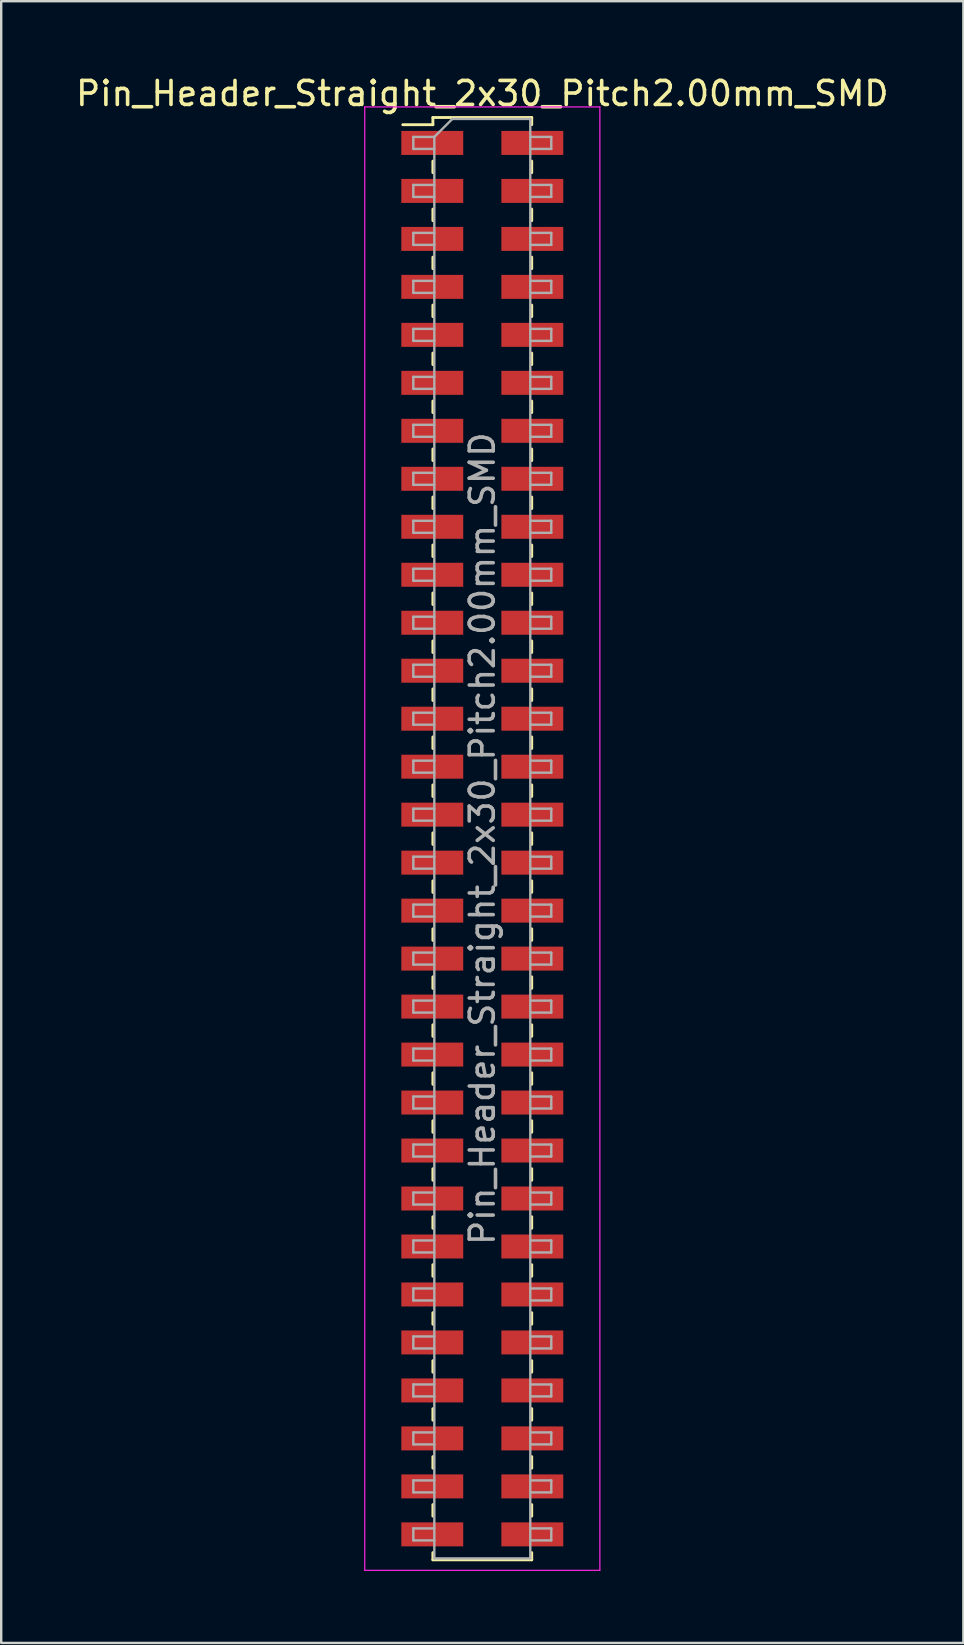
<source format=kicad_pcb>
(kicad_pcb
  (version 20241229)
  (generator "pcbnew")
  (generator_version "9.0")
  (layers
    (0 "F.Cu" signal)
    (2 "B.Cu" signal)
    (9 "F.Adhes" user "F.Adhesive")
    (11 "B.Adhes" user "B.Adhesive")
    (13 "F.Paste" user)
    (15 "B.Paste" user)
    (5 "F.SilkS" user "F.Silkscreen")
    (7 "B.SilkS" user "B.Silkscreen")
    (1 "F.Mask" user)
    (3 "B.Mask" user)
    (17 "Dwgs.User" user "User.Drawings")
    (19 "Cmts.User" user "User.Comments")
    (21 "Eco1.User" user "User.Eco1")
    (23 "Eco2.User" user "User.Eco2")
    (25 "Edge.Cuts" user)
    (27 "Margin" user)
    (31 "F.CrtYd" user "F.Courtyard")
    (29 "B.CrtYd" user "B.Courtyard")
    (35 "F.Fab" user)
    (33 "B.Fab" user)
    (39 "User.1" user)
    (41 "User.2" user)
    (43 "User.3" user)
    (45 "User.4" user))
  (footprint "Pin_Header_Straight_2x30_Pitch2.00mm_SMD"
    (layer "F.Cu")
    (at 17.054 31.908)
    (property "Reference" "Pin_Header_Straight_2x30_Pitch2.00mm_SMD" (at 0 -31.06 0) (layer "F.SilkS") (effects (font (size 1 1) (thickness 0.15))))
    (attr smd)
    (fp_line (start -3.315 -29.76) (end -2.06 -29.76) (stroke (width 0.12) (type solid)) (layer "F.SilkS"))
    (fp_line (start -2.06 -30.06) (end -2.06 -29.76) (stroke (width 0.12) (type solid)) (layer "F.SilkS"))
    (fp_line (start -2.06 -30.06) (end 2.06 -30.06) (stroke (width 0.12) (type solid)) (layer "F.SilkS"))
    (fp_line (start -2.06 -28.24) (end -2.06 -27.76) (stroke (width 0.12) (type solid)) (layer "F.SilkS"))
    (fp_line (start -2.06 -26.24) (end -2.06 -25.76) (stroke (width 0.12) (type solid)) (layer "F.SilkS"))
    (fp_line (start -2.06 -24.24) (end -2.06 -23.76) (stroke (width 0.12) (type solid)) (layer "F.SilkS"))
    (fp_line (start -2.06 -22.24) (end -2.06 -21.76) (stroke (width 0.12) (type solid)) (layer "F.SilkS"))
    (fp_line (start -2.06 -20.24) (end -2.06 -19.76) (stroke (width 0.12) (type solid)) (layer "F.SilkS"))
    (fp_line (start -2.06 -18.24) (end -2.06 -17.76) (stroke (width 0.12) (type solid)) (layer "F.SilkS"))
    (fp_line (start -2.06 -16.24) (end -2.06 -15.76) (stroke (width 0.12) (type solid)) (layer "F.SilkS"))
    (fp_line (start -2.06 -14.24) (end -2.06 -13.76) (stroke (width 0.12) (type solid)) (layer "F.SilkS"))
    (fp_line (start -2.06 -12.24) (end -2.06 -11.76) (stroke (width 0.12) (type solid)) (layer "F.SilkS"))
    (fp_line (start -2.06 -10.24) (end -2.06 -9.76) (stroke (width 0.12) (type solid)) (layer "F.SilkS"))
    (fp_line (start -2.06 -8.24) (end -2.06 -7.76) (stroke (width 0.12) (type solid)) (layer "F.SilkS"))
    (fp_line (start -2.06 -6.24) (end -2.06 -5.76) (stroke (width 0.12) (type solid)) (layer "F.SilkS"))
    (fp_line (start -2.06 -4.24) (end -2.06 -3.76) (stroke (width 0.12) (type solid)) (layer "F.SilkS"))
    (fp_line (start -2.06 -2.24) (end -2.06 -1.76) (stroke (width 0.12) (type solid)) (layer "F.SilkS"))
    (fp_line (start -2.06 -0.24) (end -2.06 0.24) (stroke (width 0.12) (type solid)) (layer "F.SilkS"))
    (fp_line (start -2.06 1.76) (end -2.06 2.24) (stroke (width 0.12) (type solid)) (layer "F.SilkS"))
    (fp_line (start -2.06 3.76) (end -2.06 4.24) (stroke (width 0.12) (type solid)) (layer "F.SilkS"))
    (fp_line (start -2.06 5.76) (end -2.06 6.24) (stroke (width 0.12) (type solid)) (layer "F.SilkS"))
    (fp_line (start -2.06 7.76) (end -2.06 8.24) (stroke (width 0.12) (type solid)) (layer "F.SilkS"))
    (fp_line (start -2.06 9.76) (end -2.06 10.24) (stroke (width 0.12) (type solid)) (layer "F.SilkS"))
    (fp_line (start -2.06 11.76) (end -2.06 12.24) (stroke (width 0.12) (type solid)) (layer "F.SilkS"))
    (fp_line (start -2.06 13.76) (end -2.06 14.24) (stroke (width 0.12) (type solid)) (layer "F.SilkS"))
    (fp_line (start -2.06 15.76) (end -2.06 16.24) (stroke (width 0.12) (type solid)) (layer "F.SilkS"))
    (fp_line (start -2.06 17.76) (end -2.06 18.24) (stroke (width 0.12) (type solid)) (layer "F.SilkS"))
    (fp_line (start -2.06 19.76) (end -2.06 20.24) (stroke (width 0.12) (type solid)) (layer "F.SilkS"))
    (fp_line (start -2.06 21.76) (end -2.06 22.24) (stroke (width 0.12) (type solid)) (layer "F.SilkS"))
    (fp_line (start -2.06 23.76) (end -2.06 24.24) (stroke (width 0.12) (type solid)) (layer "F.SilkS"))
    (fp_line (start -2.06 25.76) (end -2.06 26.24) (stroke (width 0.12) (type solid)) (layer "F.SilkS"))
    (fp_line (start -2.06 27.76) (end -2.06 28.24) (stroke (width 0.12) (type solid)) (layer "F.SilkS"))
    (fp_line (start -2.06 29.76) (end -2.06 30.06) (stroke (width 0.12) (type solid)) (layer "F.SilkS"))
    (fp_line (start -2.06 30.06) (end 2.06 30.06) (stroke (width 0.12) (type solid)) (layer "F.SilkS"))
    (fp_line (start 2.06 -30.06) (end 2.06 -29.76) (stroke (width 0.12) (type solid)) (layer "F.SilkS"))
    (fp_line (start 2.06 -28.24) (end 2.06 -27.76) (stroke (width 0.12) (type solid)) (layer "F.SilkS"))
    (fp_line (start 2.06 -26.24) (end 2.06 -25.76) (stroke (width 0.12) (type solid)) (layer "F.SilkS"))
    (fp_line (start 2.06 -24.24) (end 2.06 -23.76) (stroke (width 0.12) (type solid)) (layer "F.SilkS"))
    (fp_line (start 2.06 -22.24) (end 2.06 -21.76) (stroke (width 0.12) (type solid)) (layer "F.SilkS"))
    (fp_line (start 2.06 -20.24) (end 2.06 -19.76) (stroke (width 0.12) (type solid)) (layer "F.SilkS"))
    (fp_line (start 2.06 -18.24) (end 2.06 -17.76) (stroke (width 0.12) (type solid)) (layer "F.SilkS"))
    (fp_line (start 2.06 -16.24) (end 2.06 -15.76) (stroke (width 0.12) (type solid)) (layer "F.SilkS"))
    (fp_line (start 2.06 -14.24) (end 2.06 -13.76) (stroke (width 0.12) (type solid)) (layer "F.SilkS"))
    (fp_line (start 2.06 -12.24) (end 2.06 -11.76) (stroke (width 0.12) (type solid)) (layer "F.SilkS"))
    (fp_line (start 2.06 -10.24) (end 2.06 -9.76) (stroke (width 0.12) (type solid)) (layer "F.SilkS"))
    (fp_line (start 2.06 -8.24) (end 2.06 -7.76) (stroke (width 0.12) (type solid)) (layer "F.SilkS"))
    (fp_line (start 2.06 -6.24) (end 2.06 -5.76) (stroke (width 0.12) (type solid)) (layer "F.SilkS"))
    (fp_line (start 2.06 -4.24) (end 2.06 -3.76) (stroke (width 0.12) (type solid)) (layer "F.SilkS"))
    (fp_line (start 2.06 -2.24) (end 2.06 -1.76) (stroke (width 0.12) (type solid)) (layer "F.SilkS"))
    (fp_line (start 2.06 -0.24) (end 2.06 0.24) (stroke (width 0.12) (type solid)) (layer "F.SilkS"))
    (fp_line (start 2.06 1.76) (end 2.06 2.24) (stroke (width 0.12) (type solid)) (layer "F.SilkS"))
    (fp_line (start 2.06 3.76) (end 2.06 4.24) (stroke (width 0.12) (type solid)) (layer "F.SilkS"))
    (fp_line (start 2.06 5.76) (end 2.06 6.24) (stroke (width 0.12) (type solid)) (layer "F.SilkS"))
    (fp_line (start 2.06 7.76) (end 2.06 8.24) (stroke (width 0.12) (type solid)) (layer "F.SilkS"))
    (fp_line (start 2.06 9.76) (end 2.06 10.24) (stroke (width 0.12) (type solid)) (layer "F.SilkS"))
    (fp_line (start 2.06 11.76) (end 2.06 12.24) (stroke (width 0.12) (type solid)) (layer "F.SilkS"))
    (fp_line (start 2.06 13.76) (end 2.06 14.24) (stroke (width 0.12) (type solid)) (layer "F.SilkS"))
    (fp_line (start 2.06 15.76) (end 2.06 16.24) (stroke (width 0.12) (type solid)) (layer "F.SilkS"))
    (fp_line (start 2.06 17.76) (end 2.06 18.24) (stroke (width 0.12) (type solid)) (layer "F.SilkS"))
    (fp_line (start 2.06 19.76) (end 2.06 20.24) (stroke (width 0.12) (type solid)) (layer "F.SilkS"))
    (fp_line (start 2.06 21.76) (end 2.06 22.24) (stroke (width 0.12) (type solid)) (layer "F.SilkS"))
    (fp_line (start 2.06 23.76) (end 2.06 24.24) (stroke (width 0.12) (type solid)) (layer "F.SilkS"))
    (fp_line (start 2.06 25.76) (end 2.06 26.24) (stroke (width 0.12) (type solid)) (layer "F.SilkS"))
    (fp_line (start 2.06 27.76) (end 2.06 28.24) (stroke (width 0.12) (type solid)) (layer "F.SilkS"))
    (fp_line (start 2.06 29.76) (end 2.06 30.06) (stroke (width 0.12) (type solid)) (layer "F.SilkS"))
    (fp_line (start -4.9 -30.5) (end -4.9 30.5) (stroke (width 0.05) (type solid)) (layer "F.CrtYd"))
    (fp_line (start -4.9 30.5) (end 4.9 30.5) (stroke (width 0.05) (type solid)) (layer "F.CrtYd"))
    (fp_line (start 4.9 -30.5) (end -4.9 -30.5) (stroke (width 0.05) (type solid)) (layer "F.CrtYd"))
    (fp_line (start 4.9 30.5) (end 4.9 -30.5) (stroke (width 0.05) (type solid)) (layer "F.CrtYd"))
    (fp_line (start -2.875 -29.25) (end -2.875 -28.75) (stroke (width 0.1) (type solid)) (layer "F.Fab"))
    (fp_line (start -2.875 -28.75) (end -2 -28.75) (stroke (width 0.1) (type solid)) (layer "F.Fab"))
    (fp_line (start -2.875 -27.25) (end -2.875 -26.75) (stroke (width 0.1) (type solid)) (layer "F.Fab"))
    (fp_line (start -2.875 -26.75) (end -2 -26.75) (stroke (width 0.1) (type solid)) (layer "F.Fab"))
    (fp_line (start -2.875 -25.25) (end -2.875 -24.75) (stroke (width 0.1) (type solid)) (layer "F.Fab"))
    (fp_line (start -2.875 -24.75) (end -2 -24.75) (stroke (width 0.1) (type solid)) (layer "F.Fab"))
    (fp_line (start -2.875 -23.25) (end -2.875 -22.75) (stroke (width 0.1) (type solid)) (layer "F.Fab"))
    (fp_line (start -2.875 -22.75) (end -2 -22.75) (stroke (width 0.1) (type solid)) (layer "F.Fab"))
    (fp_line (start -2.875 -21.25) (end -2.875 -20.75) (stroke (width 0.1) (type solid)) (layer "F.Fab"))
    (fp_line (start -2.875 -20.75) (end -2 -20.75) (stroke (width 0.1) (type solid)) (layer "F.Fab"))
    (fp_line (start -2.875 -19.25) (end -2.875 -18.75) (stroke (width 0.1) (type solid)) (layer "F.Fab"))
    (fp_line (start -2.875 -18.75) (end -2 -18.75) (stroke (width 0.1) (type solid)) (layer "F.Fab"))
    (fp_line (start -2.875 -17.25) (end -2.875 -16.75) (stroke (width 0.1) (type solid)) (layer "F.Fab"))
    (fp_line (start -2.875 -16.75) (end -2 -16.75) (stroke (width 0.1) (type solid)) (layer "F.Fab"))
    (fp_line (start -2.875 -15.25) (end -2.875 -14.75) (stroke (width 0.1) (type solid)) (layer "F.Fab"))
    (fp_line (start -2.875 -14.75) (end -2 -14.75) (stroke (width 0.1) (type solid)) (layer "F.Fab"))
    (fp_line (start -2.875 -13.25) (end -2.875 -12.75) (stroke (width 0.1) (type solid)) (layer "F.Fab"))
    (fp_line (start -2.875 -12.75) (end -2 -12.75) (stroke (width 0.1) (type solid)) (layer "F.Fab"))
    (fp_line (start -2.875 -11.25) (end -2.875 -10.75) (stroke (width 0.1) (type solid)) (layer "F.Fab"))
    (fp_line (start -2.875 -10.75) (end -2 -10.75) (stroke (width 0.1) (type solid)) (layer "F.Fab"))
    (fp_line (start -2.875 -9.25) (end -2.875 -8.75) (stroke (width 0.1) (type solid)) (layer "F.Fab"))
    (fp_line (start -2.875 -8.75) (end -2 -8.75) (stroke (width 0.1) (type solid)) (layer "F.Fab"))
    (fp_line (start -2.875 -7.25) (end -2.875 -6.75) (stroke (width 0.1) (type solid)) (layer "F.Fab"))
    (fp_line (start -2.875 -6.75) (end -2 -6.75) (stroke (width 0.1) (type solid)) (layer "F.Fab"))
    (fp_line (start -2.875 -5.25) (end -2.875 -4.75) (stroke (width 0.1) (type solid)) (layer "F.Fab"))
    (fp_line (start -2.875 -4.75) (end -2 -4.75) (stroke (width 0.1) (type solid)) (layer "F.Fab"))
    (fp_line (start -2.875 -3.25) (end -2.875 -2.75) (stroke (width 0.1) (type solid)) (layer "F.Fab"))
    (fp_line (start -2.875 -2.75) (end -2 -2.75) (stroke (width 0.1) (type solid)) (layer "F.Fab"))
    (fp_line (start -2.875 -1.25) (end -2.875 -0.75) (stroke (width 0.1) (type solid)) (layer "F.Fab"))
    (fp_line (start -2.875 -0.75) (end -2 -0.75) (stroke (width 0.1) (type solid)) (layer "F.Fab"))
    (fp_line (start -2.875 0.75) (end -2.875 1.25) (stroke (width 0.1) (type solid)) (layer "F.Fab"))
    (fp_line (start -2.875 1.25) (end -2 1.25) (stroke (width 0.1) (type solid)) (layer "F.Fab"))
    (fp_line (start -2.875 2.75) (end -2.875 3.25) (stroke (width 0.1) (type solid)) (layer "F.Fab"))
    (fp_line (start -2.875 3.25) (end -2 3.25) (stroke (width 0.1) (type solid)) (layer "F.Fab"))
    (fp_line (start -2.875 4.75) (end -2.875 5.25) (stroke (width 0.1) (type solid)) (layer "F.Fab"))
    (fp_line (start -2.875 5.25) (end -2 5.25) (stroke (width 0.1) (type solid)) (layer "F.Fab"))
    (fp_line (start -2.875 6.75) (end -2.875 7.25) (stroke (width 0.1) (type solid)) (layer "F.Fab"))
    (fp_line (start -2.875 7.25) (end -2 7.25) (stroke (width 0.1) (type solid)) (layer "F.Fab"))
    (fp_line (start -2.875 8.75) (end -2.875 9.25) (stroke (width 0.1) (type solid)) (layer "F.Fab"))
    (fp_line (start -2.875 9.25) (end -2 9.25) (stroke (width 0.1) (type solid)) (layer "F.Fab"))
    (fp_line (start -2.875 10.75) (end -2.875 11.25) (stroke (width 0.1) (type solid)) (layer "F.Fab"))
    (fp_line (start -2.875 11.25) (end -2 11.25) (stroke (width 0.1) (type solid)) (layer "F.Fab"))
    (fp_line (start -2.875 12.75) (end -2.875 13.25) (stroke (width 0.1) (type solid)) (layer "F.Fab"))
    (fp_line (start -2.875 13.25) (end -2 13.25) (stroke (width 0.1) (type solid)) (layer "F.Fab"))
    (fp_line (start -2.875 14.75) (end -2.875 15.25) (stroke (width 0.1) (type solid)) (layer "F.Fab"))
    (fp_line (start -2.875 15.25) (end -2 15.25) (stroke (width 0.1) (type solid)) (layer "F.Fab"))
    (fp_line (start -2.875 16.75) (end -2.875 17.25) (stroke (width 0.1) (type solid)) (layer "F.Fab"))
    (fp_line (start -2.875 17.25) (end -2 17.25) (stroke (width 0.1) (type solid)) (layer "F.Fab"))
    (fp_line (start -2.875 18.75) (end -2.875 19.25) (stroke (width 0.1) (type solid)) (layer "F.Fab"))
    (fp_line (start -2.875 19.25) (end -2 19.25) (stroke (width 0.1) (type solid)) (layer "F.Fab"))
    (fp_line (start -2.875 20.75) (end -2.875 21.25) (stroke (width 0.1) (type solid)) (layer "F.Fab"))
    (fp_line (start -2.875 21.25) (end -2 21.25) (stroke (width 0.1) (type solid)) (layer "F.Fab"))
    (fp_line (start -2.875 22.75) (end -2.875 23.25) (stroke (width 0.1) (type solid)) (layer "F.Fab"))
    (fp_line (start -2.875 23.25) (end -2 23.25) (stroke (width 0.1) (type solid)) (layer "F.Fab"))
    (fp_line (start -2.875 24.75) (end -2.875 25.25) (stroke (width 0.1) (type solid)) (layer "F.Fab"))
    (fp_line (start -2.875 25.25) (end -2 25.25) (stroke (width 0.1) (type solid)) (layer "F.Fab"))
    (fp_line (start -2.875 26.75) (end -2.875 27.25) (stroke (width 0.1) (type solid)) (layer "F.Fab"))
    (fp_line (start -2.875 27.25) (end -2 27.25) (stroke (width 0.1) (type solid)) (layer "F.Fab"))
    (fp_line (start -2.875 28.75) (end -2.875 29.25) (stroke (width 0.1) (type solid)) (layer "F.Fab"))
    (fp_line (start -2.875 29.25) (end -2 29.25) (stroke (width 0.1) (type solid)) (layer "F.Fab"))
    (fp_line (start -2 -29.25) (end -2.875 -29.25) (stroke (width 0.1) (type solid)) (layer "F.Fab"))
    (fp_line (start -2 -29.25) (end -1.25 -30) (stroke (width 0.1) (type solid)) (layer "F.Fab"))
    (fp_line (start -2 -27.25) (end -2.875 -27.25) (stroke (width 0.1) (type solid)) (layer "F.Fab"))
    (fp_line (start -2 -25.25) (end -2.875 -25.25) (stroke (width 0.1) (type solid)) (layer "F.Fab"))
    (fp_line (start -2 -23.25) (end -2.875 -23.25) (stroke (width 0.1) (type solid)) (layer "F.Fab"))
    (fp_line (start -2 -21.25) (end -2.875 -21.25) (stroke (width 0.1) (type solid)) (layer "F.Fab"))
    (fp_line (start -2 -19.25) (end -2.875 -19.25) (stroke (width 0.1) (type solid)) (layer "F.Fab"))
    (fp_line (start -2 -17.25) (end -2.875 -17.25) (stroke (width 0.1) (type solid)) (layer "F.Fab"))
    (fp_line (start -2 -15.25) (end -2.875 -15.25) (stroke (width 0.1) (type solid)) (layer "F.Fab"))
    (fp_line (start -2 -13.25) (end -2.875 -13.25) (stroke (width 0.1) (type solid)) (layer "F.Fab"))
    (fp_line (start -2 -11.25) (end -2.875 -11.25) (stroke (width 0.1) (type solid)) (layer "F.Fab"))
    (fp_line (start -2 -9.25) (end -2.875 -9.25) (stroke (width 0.1) (type solid)) (layer "F.Fab"))
    (fp_line (start -2 -7.25) (end -2.875 -7.25) (stroke (width 0.1) (type solid)) (layer "F.Fab"))
    (fp_line (start -2 -5.25) (end -2.875 -5.25) (stroke (width 0.1) (type solid)) (layer "F.Fab"))
    (fp_line (start -2 -3.25) (end -2.875 -3.25) (stroke (width 0.1) (type solid)) (layer "F.Fab"))
    (fp_line (start -2 -1.25) (end -2.875 -1.25) (stroke (width 0.1) (type solid)) (layer "F.Fab"))
    (fp_line (start -2 0.75) (end -2.875 0.75) (stroke (width 0.1) (type solid)) (layer "F.Fab"))
    (fp_line (start -2 2.75) (end -2.875 2.75) (stroke (width 0.1) (type solid)) (layer "F.Fab"))
    (fp_line (start -2 4.75) (end -2.875 4.75) (stroke (width 0.1) (type solid)) (layer "F.Fab"))
    (fp_line (start -2 6.75) (end -2.875 6.75) (stroke (width 0.1) (type solid)) (layer "F.Fab"))
    (fp_line (start -2 8.75) (end -2.875 8.75) (stroke (width 0.1) (type solid)) (layer "F.Fab"))
    (fp_line (start -2 10.75) (end -2.875 10.75) (stroke (width 0.1) (type solid)) (layer "F.Fab"))
    (fp_line (start -2 12.75) (end -2.875 12.75) (stroke (width 0.1) (type solid)) (layer "F.Fab"))
    (fp_line (start -2 14.75) (end -2.875 14.75) (stroke (width 0.1) (type solid)) (layer "F.Fab"))
    (fp_line (start -2 16.75) (end -2.875 16.75) (stroke (width 0.1) (type solid)) (layer "F.Fab"))
    (fp_line (start -2 18.75) (end -2.875 18.75) (stroke (width 0.1) (type solid)) (layer "F.Fab"))
    (fp_line (start -2 20.75) (end -2.875 20.75) (stroke (width 0.1) (type solid)) (layer "F.Fab"))
    (fp_line (start -2 22.75) (end -2.875 22.75) (stroke (width 0.1) (type solid)) (layer "F.Fab"))
    (fp_line (start -2 24.75) (end -2.875 24.75) (stroke (width 0.1) (type solid)) (layer "F.Fab"))
    (fp_line (start -2 26.75) (end -2.875 26.75) (stroke (width 0.1) (type solid)) (layer "F.Fab"))
    (fp_line (start -2 28.75) (end -2.875 28.75) (stroke (width 0.1) (type solid)) (layer "F.Fab"))
    (fp_line (start -2 30) (end -2 -29.25) (stroke (width 0.1) (type solid)) (layer "F.Fab"))
    (fp_line (start -1.25 -30) (end 2 -30) (stroke (width 0.1) (type solid)) (layer "F.Fab"))
    (fp_line (start 2 -30) (end 2 30) (stroke (width 0.1) (type solid)) (layer "F.Fab"))
    (fp_line (start 2 -29.25) (end 2.875 -29.25) (stroke (width 0.1) (type solid)) (layer "F.Fab"))
    (fp_line (start 2 -27.25) (end 2.875 -27.25) (stroke (width 0.1) (type solid)) (layer "F.Fab"))
    (fp_line (start 2 -25.25) (end 2.875 -25.25) (stroke (width 0.1) (type solid)) (layer "F.Fab"))
    (fp_line (start 2 -23.25) (end 2.875 -23.25) (stroke (width 0.1) (type solid)) (layer "F.Fab"))
    (fp_line (start 2 -21.25) (end 2.875 -21.25) (stroke (width 0.1) (type solid)) (layer "F.Fab"))
    (fp_line (start 2 -19.25) (end 2.875 -19.25) (stroke (width 0.1) (type solid)) (layer "F.Fab"))
    (fp_line (start 2 -17.25) (end 2.875 -17.25) (stroke (width 0.1) (type solid)) (layer "F.Fab"))
    (fp_line (start 2 -15.25) (end 2.875 -15.25) (stroke (width 0.1) (type solid)) (layer "F.Fab"))
    (fp_line (start 2 -13.25) (end 2.875 -13.25) (stroke (width 0.1) (type solid)) (layer "F.Fab"))
    (fp_line (start 2 -11.25) (end 2.875 -11.25) (stroke (width 0.1) (type solid)) (layer "F.Fab"))
    (fp_line (start 2 -9.25) (end 2.875 -9.25) (stroke (width 0.1) (type solid)) (layer "F.Fab"))
    (fp_line (start 2 -7.25) (end 2.875 -7.25) (stroke (width 0.1) (type solid)) (layer "F.Fab"))
    (fp_line (start 2 -5.25) (end 2.875 -5.25) (stroke (width 0.1) (type solid)) (layer "F.Fab"))
    (fp_line (start 2 -3.25) (end 2.875 -3.25) (stroke (width 0.1) (type solid)) (layer "F.Fab"))
    (fp_line (start 2 -1.25) (end 2.875 -1.25) (stroke (width 0.1) (type solid)) (layer "F.Fab"))
    (fp_line (start 2 0.75) (end 2.875 0.75) (stroke (width 0.1) (type solid)) (layer "F.Fab"))
    (fp_line (start 2 2.75) (end 2.875 2.75) (stroke (width 0.1) (type solid)) (layer "F.Fab"))
    (fp_line (start 2 4.75) (end 2.875 4.75) (stroke (width 0.1) (type solid)) (layer "F.Fab"))
    (fp_line (start 2 6.75) (end 2.875 6.75) (stroke (width 0.1) (type solid)) (layer "F.Fab"))
    (fp_line (start 2 8.75) (end 2.875 8.75) (stroke (width 0.1) (type solid)) (layer "F.Fab"))
    (fp_line (start 2 10.75) (end 2.875 10.75) (stroke (width 0.1) (type solid)) (layer "F.Fab"))
    (fp_line (start 2 12.75) (end 2.875 12.75) (stroke (width 0.1) (type solid)) (layer "F.Fab"))
    (fp_line (start 2 14.75) (end 2.875 14.75) (stroke (width 0.1) (type solid)) (layer "F.Fab"))
    (fp_line (start 2 16.75) (end 2.875 16.75) (stroke (width 0.1) (type solid)) (layer "F.Fab"))
    (fp_line (start 2 18.75) (end 2.875 18.75) (stroke (width 0.1) (type solid)) (layer "F.Fab"))
    (fp_line (start 2 20.75) (end 2.875 20.75) (stroke (width 0.1) (type solid)) (layer "F.Fab"))
    (fp_line (start 2 22.75) (end 2.875 22.75) (stroke (width 0.1) (type solid)) (layer "F.Fab"))
    (fp_line (start 2 24.75) (end 2.875 24.75) (stroke (width 0.1) (type solid)) (layer "F.Fab"))
    (fp_line (start 2 26.75) (end 2.875 26.75) (stroke (width 0.1) (type solid)) (layer "F.Fab"))
    (fp_line (start 2 28.75) (end 2.875 28.75) (stroke (width 0.1) (type solid)) (layer "F.Fab"))
    (fp_line (start 2 30) (end -2 30) (stroke (width 0.1) (type solid)) (layer "F.Fab"))
    (fp_line (start 2.875 -29.25) (end 2.875 -28.75) (stroke (width 0.1) (type solid)) (layer "F.Fab"))
    (fp_line (start 2.875 -28.75) (end 2 -28.75) (stroke (width 0.1) (type solid)) (layer "F.Fab"))
    (fp_line (start 2.875 -27.25) (end 2.875 -26.75) (stroke (width 0.1) (type solid)) (layer "F.Fab"))
    (fp_line (start 2.875 -26.75) (end 2 -26.75) (stroke (width 0.1) (type solid)) (layer "F.Fab"))
    (fp_line (start 2.875 -25.25) (end 2.875 -24.75) (stroke (width 0.1) (type solid)) (layer "F.Fab"))
    (fp_line (start 2.875 -24.75) (end 2 -24.75) (stroke (width 0.1) (type solid)) (layer "F.Fab"))
    (fp_line (start 2.875 -23.25) (end 2.875 -22.75) (stroke (width 0.1) (type solid)) (layer "F.Fab"))
    (fp_line (start 2.875 -22.75) (end 2 -22.75) (stroke (width 0.1) (type solid)) (layer "F.Fab"))
    (fp_line (start 2.875 -21.25) (end 2.875 -20.75) (stroke (width 0.1) (type solid)) (layer "F.Fab"))
    (fp_line (start 2.875 -20.75) (end 2 -20.75) (stroke (width 0.1) (type solid)) (layer "F.Fab"))
    (fp_line (start 2.875 -19.25) (end 2.875 -18.75) (stroke (width 0.1) (type solid)) (layer "F.Fab"))
    (fp_line (start 2.875 -18.75) (end 2 -18.75) (stroke (width 0.1) (type solid)) (layer "F.Fab"))
    (fp_line (start 2.875 -17.25) (end 2.875 -16.75) (stroke (width 0.1) (type solid)) (layer "F.Fab"))
    (fp_line (start 2.875 -16.75) (end 2 -16.75) (stroke (width 0.1) (type solid)) (layer "F.Fab"))
    (fp_line (start 2.875 -15.25) (end 2.875 -14.75) (stroke (width 0.1) (type solid)) (layer "F.Fab"))
    (fp_line (start 2.875 -14.75) (end 2 -14.75) (stroke (width 0.1) (type solid)) (layer "F.Fab"))
    (fp_line (start 2.875 -13.25) (end 2.875 -12.75) (stroke (width 0.1) (type solid)) (layer "F.Fab"))
    (fp_line (start 2.875 -12.75) (end 2 -12.75) (stroke (width 0.1) (type solid)) (layer "F.Fab"))
    (fp_line (start 2.875 -11.25) (end 2.875 -10.75) (stroke (width 0.1) (type solid)) (layer "F.Fab"))
    (fp_line (start 2.875 -10.75) (end 2 -10.75) (stroke (width 0.1) (type solid)) (layer "F.Fab"))
    (fp_line (start 2.875 -9.25) (end 2.875 -8.75) (stroke (width 0.1) (type solid)) (layer "F.Fab"))
    (fp_line (start 2.875 -8.75) (end 2 -8.75) (stroke (width 0.1) (type solid)) (layer "F.Fab"))
    (fp_line (start 2.875 -7.25) (end 2.875 -6.75) (stroke (width 0.1) (type solid)) (layer "F.Fab"))
    (fp_line (start 2.875 -6.75) (end 2 -6.75) (stroke (width 0.1) (type solid)) (layer "F.Fab"))
    (fp_line (start 2.875 -5.25) (end 2.875 -4.75) (stroke (width 0.1) (type solid)) (layer "F.Fab"))
    (fp_line (start 2.875 -4.75) (end 2 -4.75) (stroke (width 0.1) (type solid)) (layer "F.Fab"))
    (fp_line (start 2.875 -3.25) (end 2.875 -2.75) (stroke (width 0.1) (type solid)) (layer "F.Fab"))
    (fp_line (start 2.875 -2.75) (end 2 -2.75) (stroke (width 0.1) (type solid)) (layer "F.Fab"))
    (fp_line (start 2.875 -1.25) (end 2.875 -0.75) (stroke (width 0.1) (type solid)) (layer "F.Fab"))
    (fp_line (start 2.875 -0.75) (end 2 -0.75) (stroke (width 0.1) (type solid)) (layer "F.Fab"))
    (fp_line (start 2.875 0.75) (end 2.875 1.25) (stroke (width 0.1) (type solid)) (layer "F.Fab"))
    (fp_line (start 2.875 1.25) (end 2 1.25) (stroke (width 0.1) (type solid)) (layer "F.Fab"))
    (fp_line (start 2.875 2.75) (end 2.875 3.25) (stroke (width 0.1) (type solid)) (layer "F.Fab"))
    (fp_line (start 2.875 3.25) (end 2 3.25) (stroke (width 0.1) (type solid)) (layer "F.Fab"))
    (fp_line (start 2.875 4.75) (end 2.875 5.25) (stroke (width 0.1) (type solid)) (layer "F.Fab"))
    (fp_line (start 2.875 5.25) (end 2 5.25) (stroke (width 0.1) (type solid)) (layer "F.Fab"))
    (fp_line (start 2.875 6.75) (end 2.875 7.25) (stroke (width 0.1) (type solid)) (layer "F.Fab"))
    (fp_line (start 2.875 7.25) (end 2 7.25) (stroke (width 0.1) (type solid)) (layer "F.Fab"))
    (fp_line (start 2.875 8.75) (end 2.875 9.25) (stroke (width 0.1) (type solid)) (layer "F.Fab"))
    (fp_line (start 2.875 9.25) (end 2 9.25) (stroke (width 0.1) (type solid)) (layer "F.Fab"))
    (fp_line (start 2.875 10.75) (end 2.875 11.25) (stroke (width 0.1) (type solid)) (layer "F.Fab"))
    (fp_line (start 2.875 11.25) (end 2 11.25) (stroke (width 0.1) (type solid)) (layer "F.Fab"))
    (fp_line (start 2.875 12.75) (end 2.875 13.25) (stroke (width 0.1) (type solid)) (layer "F.Fab"))
    (fp_line (start 2.875 13.25) (end 2 13.25) (stroke (width 0.1) (type solid)) (layer "F.Fab"))
    (fp_line (start 2.875 14.75) (end 2.875 15.25) (stroke (width 0.1) (type solid)) (layer "F.Fab"))
    (fp_line (start 2.875 15.25) (end 2 15.25) (stroke (width 0.1) (type solid)) (layer "F.Fab"))
    (fp_line (start 2.875 16.75) (end 2.875 17.25) (stroke (width 0.1) (type solid)) (layer "F.Fab"))
    (fp_line (start 2.875 17.25) (end 2 17.25) (stroke (width 0.1) (type solid)) (layer "F.Fab"))
    (fp_line (start 2.875 18.75) (end 2.875 19.25) (stroke (width 0.1) (type solid)) (layer "F.Fab"))
    (fp_line (start 2.875 19.25) (end 2 19.25) (stroke (width 0.1) (type solid)) (layer "F.Fab"))
    (fp_line (start 2.875 20.75) (end 2.875 21.25) (stroke (width 0.1) (type solid)) (layer "F.Fab"))
    (fp_line (start 2.875 21.25) (end 2 21.25) (stroke (width 0.1) (type solid)) (layer "F.Fab"))
    (fp_line (start 2.875 22.75) (end 2.875 23.25) (stroke (width 0.1) (type solid)) (layer "F.Fab"))
    (fp_line (start 2.875 23.25) (end 2 23.25) (stroke (width 0.1) (type solid)) (layer "F.Fab"))
    (fp_line (start 2.875 24.75) (end 2.875 25.25) (stroke (width 0.1) (type solid)) (layer "F.Fab"))
    (fp_line (start 2.875 25.25) (end 2 25.25) (stroke (width 0.1) (type solid)) (layer "F.Fab"))
    (fp_line (start 2.875 26.75) (end 2.875 27.25) (stroke (width 0.1) (type solid)) (layer "F.Fab"))
    (fp_line (start 2.875 27.25) (end 2 27.25) (stroke (width 0.1) (type solid)) (layer "F.Fab"))
    (fp_line (start 2.875 28.75) (end 2.875 29.25) (stroke (width 0.1) (type solid)) (layer "F.Fab"))
    (fp_line (start 2.875 29.25) (end 2 29.25) (stroke (width 0.1) (type solid)) (layer "F.Fab"))
    (fp_text user "${REFERENCE}" (at 0 0 90) (layer "F.Fab") (effects (font (size 1 1) (thickness 0.15))))
    (pad "1" smd rect (at -2.085 -29) (size 2.58 1) (layers "F.Cu" "F.Mask" "F.Paste"))
    (pad "2" smd rect (at 2.085 -29) (size 2.58 1) (layers "F.Cu" "F.Mask" "F.Paste"))
    (pad "3" smd rect (at -2.085 -27) (size 2.58 1) (layers "F.Cu" "F.Mask" "F.Paste"))
    (pad "4" smd rect (at 2.085 -27) (size 2.58 1) (layers "F.Cu" "F.Mask" "F.Paste"))
    (pad "5" smd rect (at -2.085 -25) (size 2.58 1) (layers "F.Cu" "F.Mask" "F.Paste"))
    (pad "6" smd rect (at 2.085 -25) (size 2.58 1) (layers "F.Cu" "F.Mask" "F.Paste"))
    (pad "7" smd rect (at -2.085 -23) (size 2.58 1) (layers "F.Cu" "F.Mask" "F.Paste"))
    (pad "8" smd rect (at 2.085 -23) (size 2.58 1) (layers "F.Cu" "F.Mask" "F.Paste"))
    (pad "9" smd rect (at -2.085 -21) (size 2.58 1) (layers "F.Cu" "F.Mask" "F.Paste"))
    (pad "10" smd rect (at 2.085 -21) (size 2.58 1) (layers "F.Cu" "F.Mask" "F.Paste"))
    (pad "11" smd rect (at -2.085 -19) (size 2.58 1) (layers "F.Cu" "F.Mask" "F.Paste"))
    (pad "12" smd rect (at 2.085 -19) (size 2.58 1) (layers "F.Cu" "F.Mask" "F.Paste"))
    (pad "13" smd rect (at -2.085 -17) (size 2.58 1) (layers "F.Cu" "F.Mask" "F.Paste"))
    (pad "14" smd rect (at 2.085 -17) (size 2.58 1) (layers "F.Cu" "F.Mask" "F.Paste"))
    (pad "15" smd rect (at -2.085 -15) (size 2.58 1) (layers "F.Cu" "F.Mask" "F.Paste"))
    (pad "16" smd rect (at 2.085 -15) (size 2.58 1) (layers "F.Cu" "F.Mask" "F.Paste"))
    (pad "17" smd rect (at -2.085 -13) (size 2.58 1) (layers "F.Cu" "F.Mask" "F.Paste"))
    (pad "18" smd rect (at 2.085 -13) (size 2.58 1) (layers "F.Cu" "F.Mask" "F.Paste"))
    (pad "19" smd rect (at -2.085 -11) (size 2.58 1) (layers "F.Cu" "F.Mask" "F.Paste"))
    (pad "20" smd rect (at 2.085 -11) (size 2.58 1) (layers "F.Cu" "F.Mask" "F.Paste"))
    (pad "21" smd rect (at -2.085 -9) (size 2.58 1) (layers "F.Cu" "F.Mask" "F.Paste"))
    (pad "22" smd rect (at 2.085 -9) (size 2.58 1) (layers "F.Cu" "F.Mask" "F.Paste"))
    (pad "23" smd rect (at -2.085 -7) (size 2.58 1) (layers "F.Cu" "F.Mask" "F.Paste"))
    (pad "24" smd rect (at 2.085 -7) (size 2.58 1) (layers "F.Cu" "F.Mask" "F.Paste"))
    (pad "25" smd rect (at -2.085 -5) (size 2.58 1) (layers "F.Cu" "F.Mask" "F.Paste"))
    (pad "26" smd rect (at 2.085 -5) (size 2.58 1) (layers "F.Cu" "F.Mask" "F.Paste"))
    (pad "27" smd rect (at -2.085 -3) (size 2.58 1) (layers "F.Cu" "F.Mask" "F.Paste"))
    (pad "28" smd rect (at 2.085 -3) (size 2.58 1) (layers "F.Cu" "F.Mask" "F.Paste"))
    (pad "29" smd rect (at -2.085 -1) (size 2.58 1) (layers "F.Cu" "F.Mask" "F.Paste"))
    (pad "30" smd rect (at 2.085 -1) (size 2.58 1) (layers "F.Cu" "F.Mask" "F.Paste"))
    (pad "31" smd rect (at -2.085 1) (size 2.58 1) (layers "F.Cu" "F.Mask" "F.Paste"))
    (pad "32" smd rect (at 2.085 1) (size 2.58 1) (layers "F.Cu" "F.Mask" "F.Paste"))
    (pad "33" smd rect (at -2.085 3) (size 2.58 1) (layers "F.Cu" "F.Mask" "F.Paste"))
    (pad "34" smd rect (at 2.085 3) (size 2.58 1) (layers "F.Cu" "F.Mask" "F.Paste"))
    (pad "35" smd rect (at -2.085 5) (size 2.58 1) (layers "F.Cu" "F.Mask" "F.Paste"))
    (pad "36" smd rect (at 2.085 5) (size 2.58 1) (layers "F.Cu" "F.Mask" "F.Paste"))
    (pad "37" smd rect (at -2.085 7) (size 2.58 1) (layers "F.Cu" "F.Mask" "F.Paste"))
    (pad "38" smd rect (at 2.085 7) (size 2.58 1) (layers "F.Cu" "F.Mask" "F.Paste"))
    (pad "39" smd rect (at -2.085 9) (size 2.58 1) (layers "F.Cu" "F.Mask" "F.Paste"))
    (pad "40" smd rect (at 2.085 9) (size 2.58 1) (layers "F.Cu" "F.Mask" "F.Paste"))
    (pad "41" smd rect (at -2.085 11) (size 2.58 1) (layers "F.Cu" "F.Mask" "F.Paste"))
    (pad "42" smd rect (at 2.085 11) (size 2.58 1) (layers "F.Cu" "F.Mask" "F.Paste"))
    (pad "43" smd rect (at -2.085 13) (size 2.58 1) (layers "F.Cu" "F.Mask" "F.Paste"))
    (pad "44" smd rect (at 2.085 13) (size 2.58 1) (layers "F.Cu" "F.Mask" "F.Paste"))
    (pad "45" smd rect (at -2.085 15) (size 2.58 1) (layers "F.Cu" "F.Mask" "F.Paste"))
    (pad "46" smd rect (at 2.085 15) (size 2.58 1) (layers "F.Cu" "F.Mask" "F.Paste"))
    (pad "47" smd rect (at -2.085 17) (size 2.58 1) (layers "F.Cu" "F.Mask" "F.Paste"))
    (pad "48" smd rect (at 2.085 17) (size 2.58 1) (layers "F.Cu" "F.Mask" "F.Paste"))
    (pad "49" smd rect (at -2.085 19) (size 2.58 1) (layers "F.Cu" "F.Mask" "F.Paste"))
    (pad "50" smd rect (at 2.085 19) (size 2.58 1) (layers "F.Cu" "F.Mask" "F.Paste"))
    (pad "51" smd rect (at -2.085 21) (size 2.58 1) (layers "F.Cu" "F.Mask" "F.Paste"))
    (pad "52" smd rect (at 2.085 21) (size 2.58 1) (layers "F.Cu" "F.Mask" "F.Paste"))
    (pad "53" smd rect (at -2.085 23) (size 2.58 1) (layers "F.Cu" "F.Mask" "F.Paste"))
    (pad "54" smd rect (at 2.085 23) (size 2.58 1) (layers "F.Cu" "F.Mask" "F.Paste"))
    (pad "55" smd rect (at -2.085 25) (size 2.58 1) (layers "F.Cu" "F.Mask" "F.Paste"))
    (pad "56" smd rect (at 2.085 25) (size 2.58 1) (layers "F.Cu" "F.Mask" "F.Paste"))
    (pad "57" smd rect (at -2.085 27) (size 2.58 1) (layers "F.Cu" "F.Mask" "F.Paste"))
    (pad "58" smd rect (at 2.085 27) (size 2.58 1) (layers "F.Cu" "F.Mask" "F.Paste"))
    (pad "59" smd rect (at -2.085 29) (size 2.58 1) (layers "F.Cu" "F.Mask" "F.Paste"))
    (pad "60" smd rect (at 2.085 29) (size 2.58 1) (layers "F.Cu" "F.Mask" "F.Paste")))
  (gr_rect
    (start -3 -3)
    (end 37.107 65.433)
    (stroke (width 0.1) (type default))
    (fill no)
    (layer "Edge.Cuts")))
</source>
